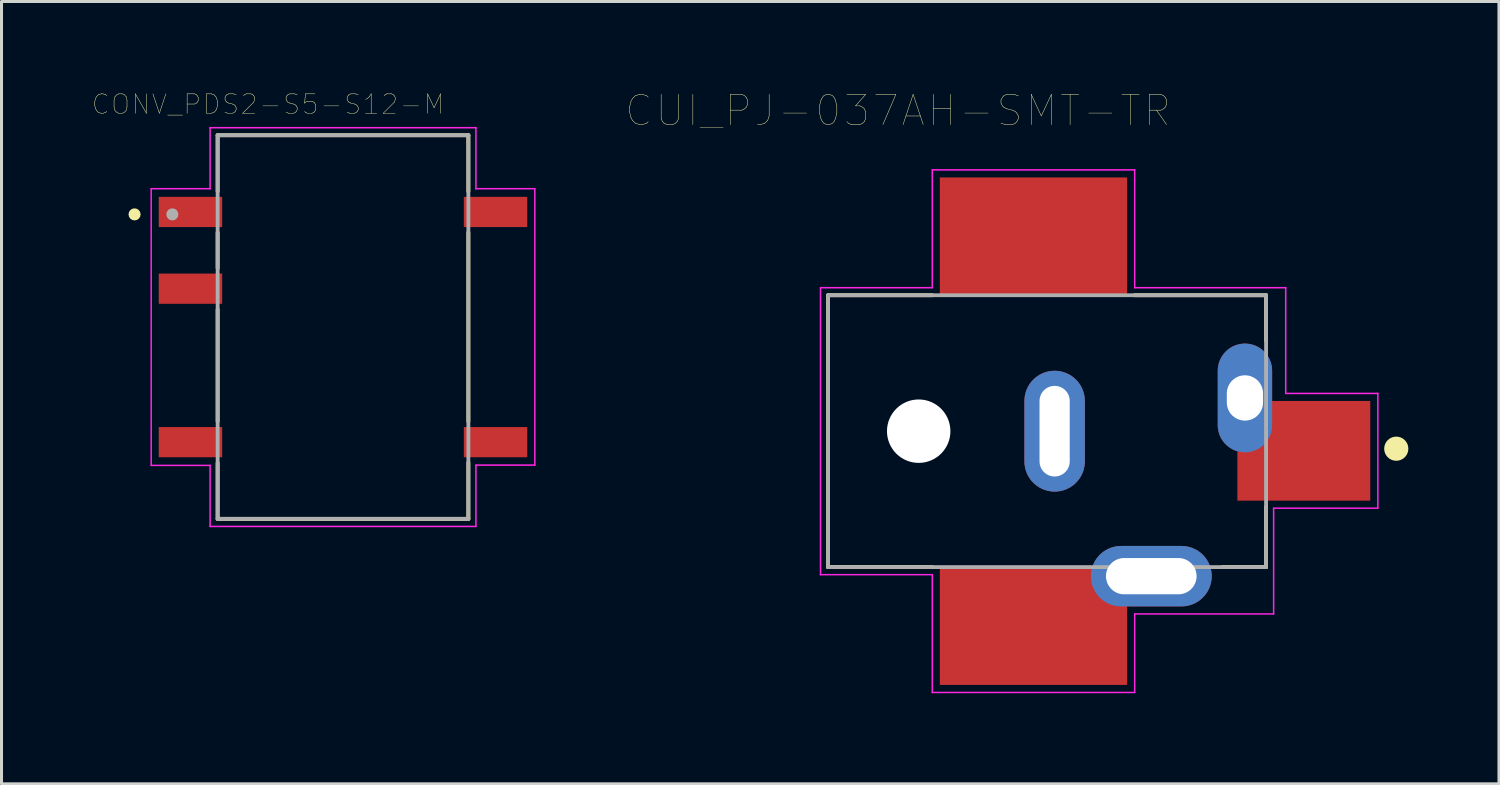
<source format=kicad_pcb>
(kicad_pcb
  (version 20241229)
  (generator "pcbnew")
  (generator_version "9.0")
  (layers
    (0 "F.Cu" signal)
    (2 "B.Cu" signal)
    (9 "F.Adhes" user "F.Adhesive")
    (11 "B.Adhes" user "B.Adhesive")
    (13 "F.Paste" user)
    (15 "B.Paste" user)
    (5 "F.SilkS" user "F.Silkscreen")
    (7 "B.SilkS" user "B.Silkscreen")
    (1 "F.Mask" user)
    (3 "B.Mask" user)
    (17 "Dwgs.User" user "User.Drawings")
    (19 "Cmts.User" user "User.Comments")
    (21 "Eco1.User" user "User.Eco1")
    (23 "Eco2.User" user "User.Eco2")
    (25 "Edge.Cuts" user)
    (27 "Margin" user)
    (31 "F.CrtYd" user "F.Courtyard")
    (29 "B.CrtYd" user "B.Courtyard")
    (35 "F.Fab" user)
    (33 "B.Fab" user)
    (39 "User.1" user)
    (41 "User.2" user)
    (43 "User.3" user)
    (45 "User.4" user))
  (footprint "CONV_PDS2-S5-S12-M"
    (layer "F.Cu")
    (at 8.305 7.777)
    (property "Reference" "CONV_PDS2-S5-S12-M" (at -2.481 -7.374 0) (layer "F.SilkS") (effects (font (size 0.643 0.643) (thickness 0.015))))
    (attr through_hole)
    (fp_line (start -4.15 -6.35) (end -4.15 -4.49) (stroke (width 0.127) (type solid)) (layer "F.SilkS"))
    (fp_line (start -4.15 -6.35) (end 4.15 -6.35) (stroke (width 0.127) (type solid)) (layer "F.SilkS"))
    (fp_line (start -4.15 -3.13) (end -4.15 -1.95) (stroke (width 0.127) (type solid)) (layer "F.SilkS"))
    (fp_line (start -4.15 -0.58) (end -4.15 3.12) (stroke (width 0.127) (type solid)) (layer "F.SilkS"))
    (fp_line (start -4.15 6.35) (end -4.15 4.5) (stroke (width 0.127) (type solid)) (layer "F.SilkS"))
    (fp_line (start 4.15 -6.35) (end 4.15 -4.49) (stroke (width 0.127) (type solid)) (layer "F.SilkS"))
    (fp_line (start 4.15 3.12) (end 4.15 -3.13) (stroke (width 0.127) (type solid)) (layer "F.SilkS"))
    (fp_line (start 4.15 6.35) (end -4.15 6.35) (stroke (width 0.127) (type solid)) (layer "F.SilkS"))
    (fp_line (start 4.15 6.35) (end 4.15 4.49) (stroke (width 0.127) (type solid)) (layer "F.SilkS"))
    (fp_circle (center -6.9 -3.73) (end -6.8 -3.73) (stroke (width 0.2) (type solid)) (fill no) (layer "F.SilkS"))
    (fp_line (start -6.35 -4.58) (end -4.4 -4.58) (stroke (width 0.05) (type solid)) (layer "F.CrtYd"))
    (fp_line (start -6.35 4.58) (end -6.35 -4.58) (stroke (width 0.05) (type solid)) (layer "F.CrtYd"))
    (fp_line (start -4.4 -6.6) (end 4.4 -6.6) (stroke (width 0.05) (type solid)) (layer "F.CrtYd"))
    (fp_line (start -4.4 -4.58) (end -4.4 -6.6) (stroke (width 0.05) (type solid)) (layer "F.CrtYd"))
    (fp_line (start -4.4 4.58) (end -6.35 4.58) (stroke (width 0.05) (type solid)) (layer "F.CrtYd"))
    (fp_line (start -4.4 6.6) (end -4.4 4.58) (stroke (width 0.05) (type solid)) (layer "F.CrtYd"))
    (fp_line (start 4.4 -6.6) (end 4.4 -4.58) (stroke (width 0.05) (type solid)) (layer "F.CrtYd"))
    (fp_line (start 4.4 -4.58) (end 6.35 -4.58) (stroke (width 0.05) (type solid)) (layer "F.CrtYd"))
    (fp_line (start 4.4 4.57) (end 4.4 6.6) (stroke (width 0.05) (type solid)) (layer "F.CrtYd"))
    (fp_line (start 4.4 6.6) (end -4.4 6.6) (stroke (width 0.05) (type solid)) (layer "F.CrtYd"))
    (fp_line (start 6.35 -4.58) (end 6.35 4.57) (stroke (width 0.05) (type solid)) (layer "F.CrtYd"))
    (fp_line (start 6.35 4.57) (end 4.4 4.57) (stroke (width 0.05) (type solid)) (layer "F.CrtYd"))
    (fp_line (start -4.15 -6.35) (end 4.15 -6.35) (stroke (width 0.127) (type solid)) (layer "F.Fab"))
    (fp_line (start -4.15 6.35) (end -4.15 -6.35) (stroke (width 0.127) (type solid)) (layer "F.Fab"))
    (fp_line (start 4.15 -6.35) (end 4.15 6.35) (stroke (width 0.127) (type solid)) (layer "F.Fab"))
    (fp_line (start 4.15 6.35) (end -4.15 6.35) (stroke (width 0.127) (type solid)) (layer "F.Fab"))
    (fp_circle (center -5.65 -3.73) (end -5.55 -3.73) (stroke (width 0.2) (type solid)) (fill no) (layer "F.Fab"))
    (pad "1" smd rect (at -5.05 -3.81) (size 2.1 1) (layers "F.Cu" "F.Mask" "F.Paste"))
    (pad "2" smd rect (at -5.05 -1.27) (size 2.1 1) (layers "F.Cu" "F.Mask" "F.Paste"))
    (pad "4" smd rect (at -5.05 3.81) (size 2.1 1) (layers "F.Cu" "F.Mask" "F.Paste"))
    (pad "5" smd rect (at 5.05 3.81) (size 2.1 1) (layers "F.Cu" "F.Mask" "F.Paste"))
    (pad "8" smd rect (at 5.05 -3.81) (size 2.1 1) (layers "F.Cu" "F.Mask" "F.Paste")))
  (footprint "CUI_PJ-037AH-SMT-TR"
    (layer "F.Cu")
    (at 40.113 11.874)
    (property "Reference" "CUI_PJ-037AH-SMT-TR" (at -13.434 -11.262 0) (layer "F.SilkS") (effects (font (size 1.001 1.001) (thickness 0.015))))
    (attr through_hole)
    (fp_line (start -15.75 -5.15) (end -15.75 3.85) (stroke (width 0.127) (type solid)) (layer "F.SilkS"))
    (fp_line (start -15.75 3.85) (end -12.3 3.85) (stroke (width 0.127) (type solid)) (layer "F.SilkS"))
    (fp_line (start -12.3 -5.15) (end -15.75 -5.15) (stroke (width 0.127) (type solid)) (layer "F.SilkS"))
    (fp_line (start -2.7 3.85) (end -1.25 3.85) (stroke (width 0.127) (type solid)) (layer "F.SilkS"))
    (fp_line (start -1.25 -5.15) (end -5.6 -5.15) (stroke (width 0.127) (type solid)) (layer "F.SilkS"))
    (fp_line (start -1.25 -3.65) (end -1.25 -5.15) (stroke (width 0.127) (type solid)) (layer "F.SilkS"))
    (fp_line (start -1.25 3.85) (end -1.25 1.85) (stroke (width 0.127) (type solid)) (layer "F.SilkS"))
    (fp_circle (center 3.06 -0.07) (end 3.26 -0.07) (stroke (width 0.4) (type solid)) (fill no) (layer "F.SilkS"))
    (fp_line (start -16 -5.4) (end -16 4.1) (stroke (width 0.05) (type solid)) (layer "F.CrtYd"))
    (fp_line (start -16 4.1) (end -12.3 4.1) (stroke (width 0.05) (type solid)) (layer "F.CrtYd"))
    (fp_line (start -12.3 -9.3) (end -5.6 -9.3) (stroke (width 0.05) (type solid)) (layer "F.CrtYd"))
    (fp_line (start -12.3 -5.4) (end -16 -5.4) (stroke (width 0.05) (type solid)) (layer "F.CrtYd"))
    (fp_line (start -12.3 -5.4) (end -12.3 -9.3) (stroke (width 0.05) (type solid)) (layer "F.CrtYd"))
    (fp_line (start -12.3 4.1) (end -12.3 8) (stroke (width 0.05) (type solid)) (layer "F.CrtYd"))
    (fp_line (start -12.3 8) (end -5.6 8) (stroke (width 0.05) (type solid)) (layer "F.CrtYd"))
    (fp_line (start -5.6 -9.3) (end -5.6 -5.4) (stroke (width 0.05) (type solid)) (layer "F.CrtYd"))
    (fp_line (start -5.6 5.4) (end -1 5.4) (stroke (width 0.05) (type solid)) (layer "F.CrtYd"))
    (fp_line (start -5.6 8) (end -5.6 5.4) (stroke (width 0.05) (type solid)) (layer "F.CrtYd"))
    (fp_line (start -1 5.4) (end -1 1.9) (stroke (width 0.05) (type solid)) (layer "F.CrtYd"))
    (fp_line (start -0.6 -5.4) (end -5.6 -5.4) (stroke (width 0.05) (type solid)) (layer "F.CrtYd"))
    (fp_line (start -0.6 -1.9) (end -0.6 -5.4) (stroke (width 0.05) (type solid)) (layer "F.CrtYd"))
    (fp_line (start -0.6 -1.9) (end 2.45 -1.9) (stroke (width 0.05) (type solid)) (layer "F.CrtYd"))
    (fp_line (start 2.45 -1.9) (end 2.45 1.9) (stroke (width 0.05) (type solid)) (layer "F.CrtYd"))
    (fp_line (start 2.45 1.9) (end -1 1.9) (stroke (width 0.05) (type solid)) (layer "F.CrtYd"))
    (fp_line (start -15.75 -5.15) (end -15.75 3.85) (stroke (width 0.127) (type solid)) (layer "F.Fab"))
    (fp_line (start -15.75 3.85) (end -1.25 3.85) (stroke (width 0.127) (type solid)) (layer "F.Fab"))
    (fp_line (start -1.25 -5.15) (end -15.75 -5.15) (stroke (width 0.127) (type solid)) (layer "F.Fab"))
    (fp_line (start -1.25 3.85) (end -1.25 -5.15) (stroke (width 0.127) (type solid)) (layer "F.Fab"))
    (pad "" np_thru_hole circle (at -12.75 -0.65) (size 2.1 2.1) (drill 2.1) (layers "*.Cu" "*.Mask"))
    (pad "1A" smd rect (at 0 0) (size 4.4 3.3) (layers "F.Cu" "F.Mask" "F.Paste"))
    (pad "1B" thru_hole oval (at -1.95 -1.75) (size 1.8 3.6) (drill oval 1.2 1.5) (layers "*.Cu" "*.Mask"))
    (pad "2A" smd rect (at -8.95 -7.1) (size 6.2 3.9) (layers "F.Cu" "F.Mask" "F.Paste"))
    (pad "2B" thru_hole oval (at -8.25 -0.65) (size 2 4) (drill oval 1 3) (layers "*.Cu" "*.Mask"))
    (pad "3A" smd rect (at -8.95 5.8) (size 6.2 3.9) (layers "F.Cu" "F.Mask" "F.Paste"))
    (pad "3B" thru_hole oval (at -5.05 4.15) (size 4 2) (drill oval 3 1.2) (layers "*.Cu" "*.Mask")))
  (gr_rect
    (start -3 -3)
    (end 46.573 22.899)
    (stroke (width 0.1) (type default))
    (fill no)
    (layer "Edge.Cuts")))
</source>
